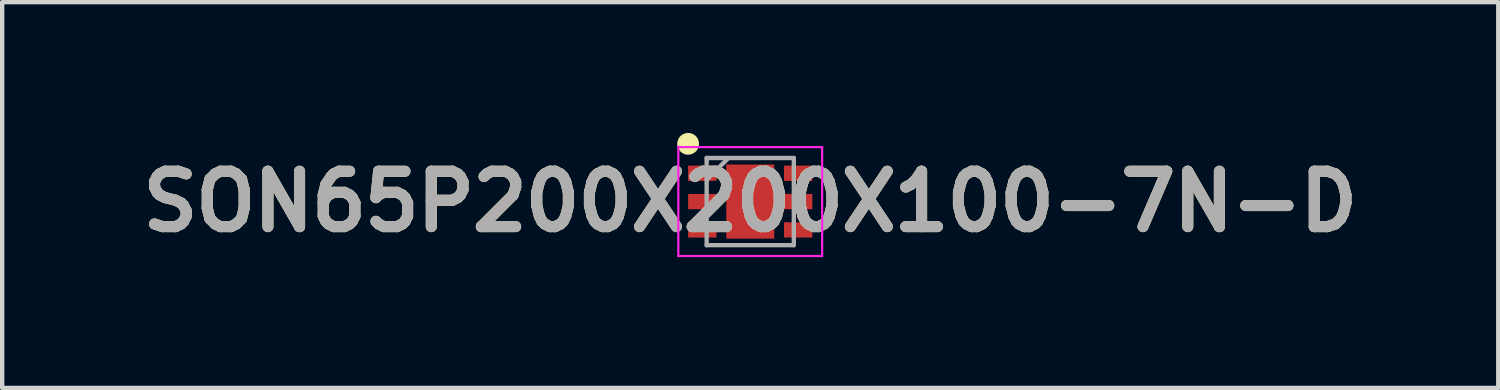
<source format=kicad_pcb>
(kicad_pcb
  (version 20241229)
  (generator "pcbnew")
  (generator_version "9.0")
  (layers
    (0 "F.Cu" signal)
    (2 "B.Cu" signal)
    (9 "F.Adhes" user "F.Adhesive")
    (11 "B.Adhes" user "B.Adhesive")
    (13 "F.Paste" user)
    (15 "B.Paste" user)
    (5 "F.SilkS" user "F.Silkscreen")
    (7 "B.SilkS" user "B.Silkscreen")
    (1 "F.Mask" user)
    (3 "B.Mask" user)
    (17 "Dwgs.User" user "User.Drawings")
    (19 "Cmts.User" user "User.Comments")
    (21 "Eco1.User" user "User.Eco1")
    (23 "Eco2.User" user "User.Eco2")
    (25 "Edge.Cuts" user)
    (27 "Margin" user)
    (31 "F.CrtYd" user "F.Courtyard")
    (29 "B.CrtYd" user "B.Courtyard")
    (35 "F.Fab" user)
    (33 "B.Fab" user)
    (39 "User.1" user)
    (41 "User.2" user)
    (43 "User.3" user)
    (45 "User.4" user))
  (footprint "SON65P200X200X100-7N-D"
    (layer "F.Cu")
    (at 14.164 1.575)
    (property "Reference" "SON65P200X200X100-7N-D" (at 0 0 0) (layer "F.SilkS") (effects (font (size 1.27 1.27) (thickness 0.254))))
    (attr smd)
    (fp_circle (center -1.425 -1.325) (end -1.425 -1.2) (stroke (width 0.25) (type solid)) (fill no) (layer "F.SilkS"))
    (fp_line (start -1.65 -1.25) (end 1.65 -1.25) (stroke (width 0.05) (type solid)) (layer "F.CrtYd"))
    (fp_line (start -1.65 1.25) (end -1.65 -1.25) (stroke (width 0.05) (type solid)) (layer "F.CrtYd"))
    (fp_line (start 1.65 -1.25) (end 1.65 1.25) (stroke (width 0.05) (type solid)) (layer "F.CrtYd"))
    (fp_line (start 1.65 1.25) (end -1.65 1.25) (stroke (width 0.05) (type solid)) (layer "F.CrtYd"))
    (fp_line (start -1 -1) (end 1 -1) (stroke (width 0.1) (type solid)) (layer "F.Fab"))
    (fp_line (start -1 -0.5) (end -0.5 -1) (stroke (width 0.1) (type solid)) (layer "F.Fab"))
    (fp_line (start -1 1) (end -1 -1) (stroke (width 0.1) (type solid)) (layer "F.Fab"))
    (fp_line (start 1 -1) (end 1 1) (stroke (width 0.1) (type solid)) (layer "F.Fab"))
    (fp_line (start 1 1) (end -1 1) (stroke (width 0.1) (type solid)) (layer "F.Fab"))
    (fp_text user "${REFERENCE}" (at 0 0 0) (layer "F.Fab") (effects (font (size 1.27 1.27) (thickness 0.254))))
    (pad "1" smd rect (at -1.1 -0.65 90) (size 0.35 0.65) (layers "F.Cu" "F.Mask" "F.Paste"))
    (pad "2" smd rect (at -1.1 0 90) (size 0.35 0.65) (layers "F.Cu" "F.Mask" "F.Paste"))
    (pad "3" smd rect (at -1.1 0.65 90) (size 0.35 0.65) (layers "F.Cu" "F.Mask" "F.Paste"))
    (pad "4" smd rect (at 1.1 0.65 90) (size 0.35 0.65) (layers "F.Cu" "F.Mask" "F.Paste"))
    (pad "5" smd rect (at 1.1 0 90) (size 0.35 0.65) (layers "F.Cu" "F.Mask" "F.Paste"))
    (pad "6" smd rect (at 1.1 -0.65 90) (size 0.35 0.65) (layers "F.Cu" "F.Mask" "F.Paste"))
    (pad "7" smd rect (at 0 0) (size 1.1 1.7) (layers "F.Cu" "F.Mask" "F.Paste")))
  (gr_rect
    (start -3 -3)
    (end 31.327 5.85)
    (stroke (width 0.1) (type default))
    (fill no)
    (layer "Edge.Cuts")))
</source>
